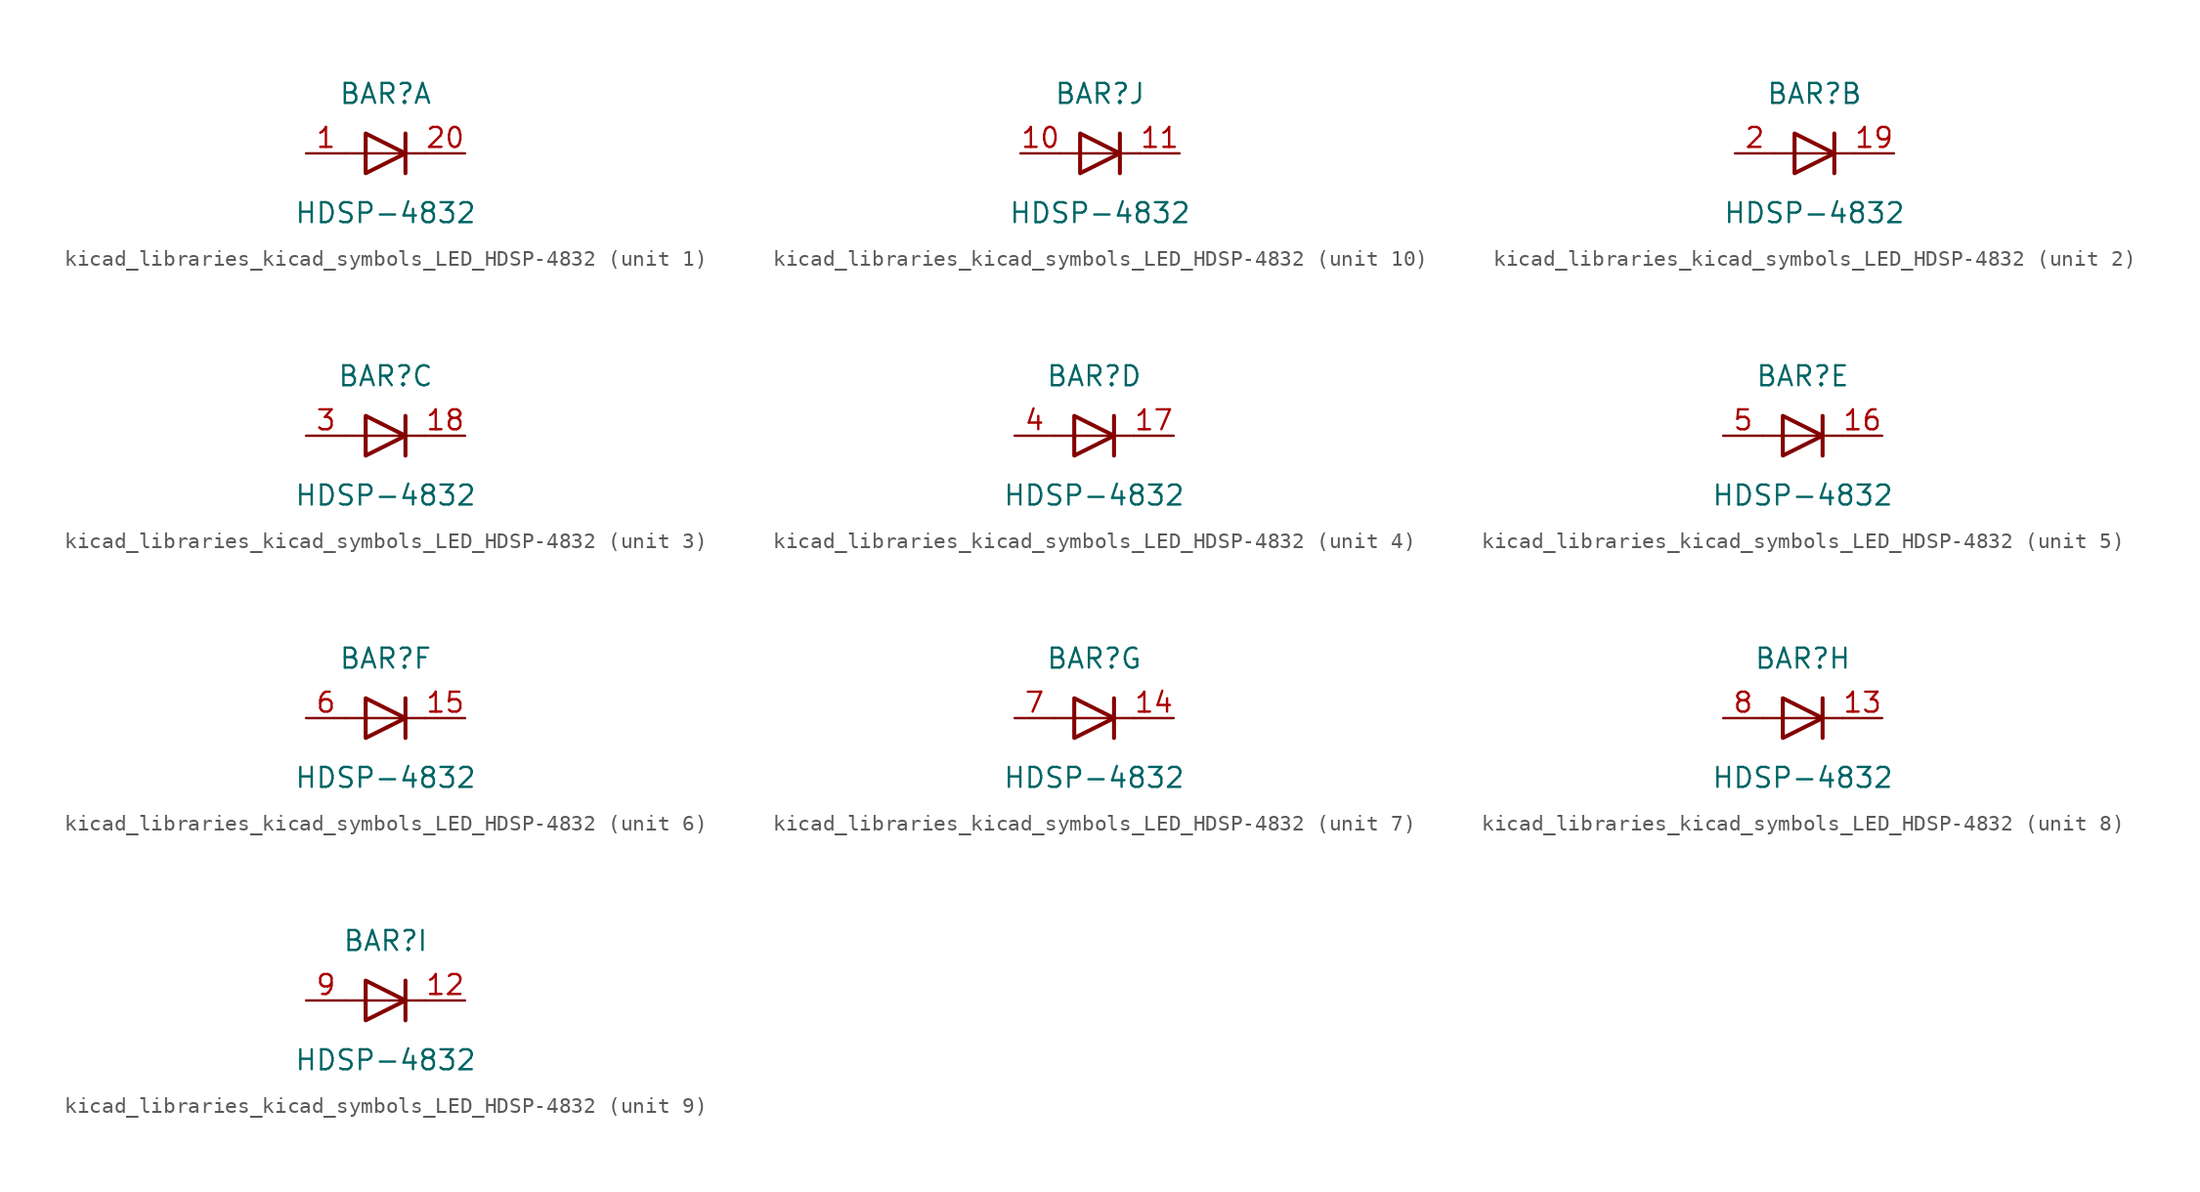
<source format=kicad_sym>
(kicad_symbol_lib
  (version 20220914)
  (generator kicad_symbol_editor)
  (symbol "kicad_libraries_kicad_symbols_LED_HDSP-4832"
    (pin_names
      (offset 1.016) hide)
    (property "Reference" "BAR"
      (at 0 3.81 0)
      (effects (font (size 1.27 1.27))))
    (property "Value" "HDSP-4832"
      (at 0 -3.81 0)
      (effects (font (size 1.27 1.27))))
    (symbol "kicad_libraries_kicad_symbols_LED_HDSP-4832_0_1"
      (polyline (pts (xy -2.54 0) (xy 2.54 0)) (stroke (width 0) (type default)) (fill (type none)))
      (polyline (pts (xy 1.27 -1.27) (xy 1.27 1.27)) (stroke (width 0.254) (type default)) (fill (type none)))
      (polyline (pts (xy -1.27 1.27) (xy -1.27 -1.27) (xy 1.27 0) (xy -1.27 1.27)) (stroke (width 0.254) (type default)) (fill (type none))))
    (symbol "kicad_libraries_kicad_symbols_LED_HDSP-4832_1_1"
      (pin passive line (at -5.08 0 0) (length 2.54) (name "A" (effects (font (size 1.27 1.27)))) (number "1" (effects (font (size 1.27 1.27)))))
      (pin passive line (at 5.08 0 180) (length 2.54) (name "K" (effects (font (size 1.27 1.27)))) (number "20" (effects (font (size 1.27 1.27))))))
    (symbol "kicad_libraries_kicad_symbols_LED_HDSP-4832_2_1"
      (pin passive line (at 5.08 0 180) (length 2.54) (name "K" (effects (font (size 1.27 1.27)))) (number "19" (effects (font (size 1.27 1.27)))))
      (pin passive line (at -5.08 0 0) (length 2.54) (name "A" (effects (font (size 1.27 1.27)))) (number "2" (effects (font (size 1.27 1.27))))))
    (symbol "kicad_libraries_kicad_symbols_LED_HDSP-4832_3_1"
      (pin passive line (at 5.08 0 180) (length 2.54) (name "K" (effects (font (size 1.27 1.27)))) (number "18" (effects (font (size 1.27 1.27)))))
      (pin passive line (at -5.08 0 0) (length 2.54) (name "A" (effects (font (size 1.27 1.27)))) (number "3" (effects (font (size 1.27 1.27))))))
    (symbol "kicad_libraries_kicad_symbols_LED_HDSP-4832_4_1"
      (pin passive line (at 5.08 0 180) (length 2.54) (name "K" (effects (font (size 1.27 1.27)))) (number "17" (effects (font (size 1.27 1.27)))))
      (pin passive line (at -5.08 0 0) (length 2.54) (name "A" (effects (font (size 1.27 1.27)))) (number "4" (effects (font (size 1.27 1.27))))))
    (symbol "kicad_libraries_kicad_symbols_LED_HDSP-4832_5_1"
      (pin passive line (at 5.08 0 180) (length 2.54) (name "K" (effects (font (size 1.27 1.27)))) (number "16" (effects (font (size 1.27 1.27)))))
      (pin passive line (at -5.08 0 0) (length 2.54) (name "A" (effects (font (size 1.27 1.27)))) (number "5" (effects (font (size 1.27 1.27))))))
    (symbol "kicad_libraries_kicad_symbols_LED_HDSP-4832_6_1"
      (pin passive line (at 5.08 0 180) (length 2.54) (name "K" (effects (font (size 1.27 1.27)))) (number "15" (effects (font (size 1.27 1.27)))))
      (pin passive line (at -5.08 0 0) (length 2.54) (name "A" (effects (font (size 1.27 1.27)))) (number "6" (effects (font (size 1.27 1.27))))))
    (symbol "kicad_libraries_kicad_symbols_LED_HDSP-4832_7_1"
      (pin passive line (at 5.08 0 180) (length 2.54) (name "K" (effects (font (size 1.27 1.27)))) (number "14" (effects (font (size 1.27 1.27)))))
      (pin passive line (at -5.08 0 0) (length 2.54) (name "A" (effects (font (size 1.27 1.27)))) (number "7" (effects (font (size 1.27 1.27))))))
    (symbol "kicad_libraries_kicad_symbols_LED_HDSP-4832_8_1"
      (pin passive line (at 5.08 0 180) (length 2.54) (name "K" (effects (font (size 1.27 1.27)))) (number "13" (effects (font (size 1.27 1.27)))))
      (pin passive line (at -5.08 0 0) (length 2.54) (name "A" (effects (font (size 1.27 1.27)))) (number "8" (effects (font (size 1.27 1.27))))))
    (symbol "kicad_libraries_kicad_symbols_LED_HDSP-4832_9_1"
      (pin passive line (at 5.08 0 180) (length 2.54) (name "K" (effects (font (size 1.27 1.27)))) (number "12" (effects (font (size 1.27 1.27)))))
      (pin passive line (at -5.08 0 0) (length 2.54) (name "A" (effects (font (size 1.27 1.27)))) (number "9" (effects (font (size 1.27 1.27))))))
    (symbol "kicad_libraries_kicad_symbols_LED_HDSP-4832_10_1"
      (pin passive line (at -5.08 0 0) (length 2.54) (name "A" (effects (font (size 1.27 1.27)))) (number "10" (effects (font (size 1.27 1.27)))))
      (pin passive line (at 5.08 0 180) (length 2.54) (name "K" (effects (font (size 1.27 1.27)))) (number "11" (effects (font (size 1.27 1.27))))))))
</source>
